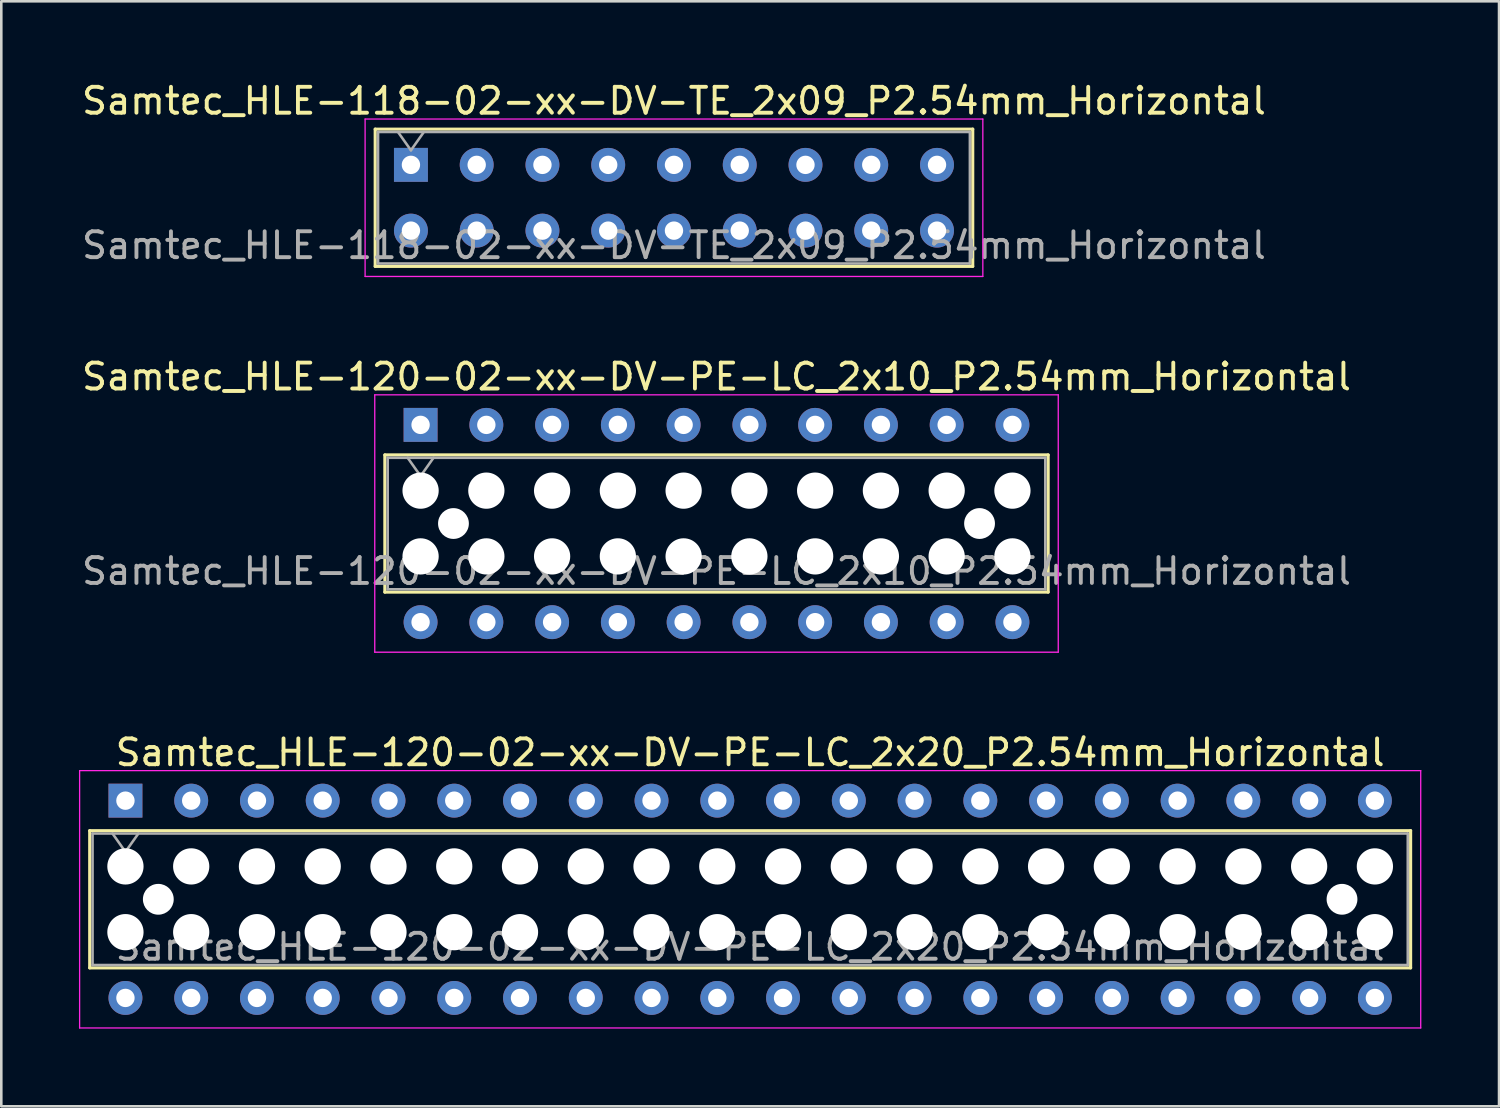
<source format=kicad_pcb>
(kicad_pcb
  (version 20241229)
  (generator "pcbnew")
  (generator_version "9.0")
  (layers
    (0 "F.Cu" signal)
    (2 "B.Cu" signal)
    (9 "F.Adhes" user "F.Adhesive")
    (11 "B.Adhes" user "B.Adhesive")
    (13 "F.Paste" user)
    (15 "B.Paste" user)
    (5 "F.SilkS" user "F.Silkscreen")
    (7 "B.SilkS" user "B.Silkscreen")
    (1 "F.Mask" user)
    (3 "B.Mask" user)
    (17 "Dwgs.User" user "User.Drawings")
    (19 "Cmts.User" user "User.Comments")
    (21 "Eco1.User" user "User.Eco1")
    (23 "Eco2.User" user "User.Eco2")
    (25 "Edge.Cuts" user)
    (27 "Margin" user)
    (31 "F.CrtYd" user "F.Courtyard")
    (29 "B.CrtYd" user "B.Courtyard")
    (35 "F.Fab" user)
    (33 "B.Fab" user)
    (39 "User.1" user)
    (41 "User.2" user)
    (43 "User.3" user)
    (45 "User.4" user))
  (footprint "Samtec_HLE-120-02-xx-DV-PE-LC_2x10_P2.54mm_Horizontal"
    (layer "F.Cu")
    (at 13.195 13.361)
    (property "Reference" "Samtec_HLE-120-02-xx-DV-PE-LC_2x10_P2.54mm_Horizontal" (at 11.43 -1.86 0) (layer "F.SilkS") (effects (font (size 1 1) (thickness 0.15))))
    (attr through_hole)
    (fp_line (start -1.38 1.16) (end 24.24 1.16) (stroke (width 0.12) (type solid)) (layer "F.SilkS"))
    (fp_line (start -1.38 6.46) (end -1.38 1.16) (stroke (width 0.12) (type solid)) (layer "F.SilkS"))
    (fp_line (start 24.24 1.16) (end 24.24 6.46) (stroke (width 0.12) (type solid)) (layer "F.SilkS"))
    (fp_line (start 24.24 6.46) (end -1.38 6.46) (stroke (width 0.12) (type solid)) (layer "F.SilkS"))
    (fp_line (start -1.77 -1.16) (end 24.63 -1.16) (stroke (width 0.05) (type solid)) (layer "F.CrtYd"))
    (fp_line (start -1.77 8.78) (end -1.77 -1.16) (stroke (width 0.05) (type solid)) (layer "F.CrtYd"))
    (fp_line (start 24.63 -1.16) (end 24.63 8.78) (stroke (width 0.05) (type solid)) (layer "F.CrtYd"))
    (fp_line (start 24.63 8.78) (end -1.77 8.78) (stroke (width 0.05) (type solid)) (layer "F.CrtYd"))
    (fp_line (start -1.27 1.27) (end 24.13 1.27) (stroke (width 0.1) (type solid)) (layer "F.Fab"))
    (fp_line (start -1.27 6.35) (end -1.27 1.27) (stroke (width 0.1) (type solid)) (layer "F.Fab"))
    (fp_line (start -0.5 1.27) (end 0 1.977) (stroke (width 0.1) (type solid)) (layer "F.Fab"))
    (fp_line (start 0 1.977) (end 0.5 1.27) (stroke (width 0.1) (type solid)) (layer "F.Fab"))
    (fp_line (start 24.13 1.27) (end 24.13 6.35) (stroke (width 0.1) (type solid)) (layer "F.Fab"))
    (fp_line (start 24.13 6.35) (end -1.27 6.35) (stroke (width 0.1) (type solid)) (layer "F.Fab"))
    (fp_text user "${REFERENCE}" (at 11.43 5.65 0) (layer "F.Fab") (effects (font (size 1 1) (thickness 0.15))))
    (pad "" np_thru_hole circle (at 0 2.54) (size 1.4 1.4) (drill 1.4) (layers "*.Cu" "*.Mask"))
    (pad "" np_thru_hole circle (at 0 5.08) (size 1.4 1.4) (drill 1.4) (layers "*.Cu" "*.Mask"))
    (pad "" np_thru_hole circle (at 1.27 3.81) (size 1.19 1.19) (drill 1.19) (layers "*.Cu" "*.Mask"))
    (pad "" np_thru_hole circle (at 2.54 2.54) (size 1.4 1.4) (drill 1.4) (layers "*.Cu" "*.Mask"))
    (pad "" np_thru_hole circle (at 2.54 5.08) (size 1.4 1.4) (drill 1.4) (layers "*.Cu" "*.Mask"))
    (pad "" np_thru_hole circle (at 5.08 2.54) (size 1.4 1.4) (drill 1.4) (layers "*.Cu" "*.Mask"))
    (pad "" np_thru_hole circle (at 5.08 5.08) (size 1.4 1.4) (drill 1.4) (layers "*.Cu" "*.Mask"))
    (pad "" np_thru_hole circle (at 7.62 2.54) (size 1.4 1.4) (drill 1.4) (layers "*.Cu" "*.Mask"))
    (pad "" np_thru_hole circle (at 7.62 5.08) (size 1.4 1.4) (drill 1.4) (layers "*.Cu" "*.Mask"))
    (pad "" np_thru_hole circle (at 10.16 2.54) (size 1.4 1.4) (drill 1.4) (layers "*.Cu" "*.Mask"))
    (pad "" np_thru_hole circle (at 10.16 5.08) (size 1.4 1.4) (drill 1.4) (layers "*.Cu" "*.Mask"))
    (pad "" np_thru_hole circle (at 12.7 2.54) (size 1.4 1.4) (drill 1.4) (layers "*.Cu" "*.Mask"))
    (pad "" np_thru_hole circle (at 12.7 5.08) (size 1.4 1.4) (drill 1.4) (layers "*.Cu" "*.Mask"))
    (pad "" np_thru_hole circle (at 15.24 2.54) (size 1.4 1.4) (drill 1.4) (layers "*.Cu" "*.Mask"))
    (pad "" np_thru_hole circle (at 15.24 5.08) (size 1.4 1.4) (drill 1.4) (layers "*.Cu" "*.Mask"))
    (pad "" np_thru_hole circle (at 17.78 2.54) (size 1.4 1.4) (drill 1.4) (layers "*.Cu" "*.Mask"))
    (pad "" np_thru_hole circle (at 17.78 5.08) (size 1.4 1.4) (drill 1.4) (layers "*.Cu" "*.Mask"))
    (pad "" np_thru_hole circle (at 20.32 2.54) (size 1.4 1.4) (drill 1.4) (layers "*.Cu" "*.Mask"))
    (pad "" np_thru_hole circle (at 20.32 5.08) (size 1.4 1.4) (drill 1.4) (layers "*.Cu" "*.Mask"))
    (pad "" np_thru_hole circle (at 21.59 3.81) (size 1.19 1.19) (drill 1.19) (layers "*.Cu" "*.Mask"))
    (pad "" np_thru_hole circle (at 22.86 2.54) (size 1.4 1.4) (drill 1.4) (layers "*.Cu" "*.Mask"))
    (pad "" np_thru_hole circle (at 22.86 5.08) (size 1.4 1.4) (drill 1.4) (layers "*.Cu" "*.Mask"))
    (pad "1" thru_hole rect (at 0 0) (size 1.31 1.31) (drill 0.71) (layers "*.Cu" "*.Mask"))
    (pad "2" thru_hole circle (at 0 7.62) (size 1.31 1.31) (drill 0.71) (layers "*.Cu" "*.Mask"))
    (pad "3" thru_hole circle (at 2.54 0) (size 1.31 1.31) (drill 0.71) (layers "*.Cu" "*.Mask"))
    (pad "4" thru_hole circle (at 2.54 7.62) (size 1.31 1.31) (drill 0.71) (layers "*.Cu" "*.Mask"))
    (pad "5" thru_hole circle (at 5.08 0) (size 1.31 1.31) (drill 0.71) (layers "*.Cu" "*.Mask"))
    (pad "6" thru_hole circle (at 5.08 7.62) (size 1.31 1.31) (drill 0.71) (layers "*.Cu" "*.Mask"))
    (pad "7" thru_hole circle (at 7.62 0) (size 1.31 1.31) (drill 0.71) (layers "*.Cu" "*.Mask"))
    (pad "8" thru_hole circle (at 7.62 7.62) (size 1.31 1.31) (drill 0.71) (layers "*.Cu" "*.Mask"))
    (pad "9" thru_hole circle (at 10.16 0) (size 1.31 1.31) (drill 0.71) (layers "*.Cu" "*.Mask"))
    (pad "10" thru_hole circle (at 10.16 7.62) (size 1.31 1.31) (drill 0.71) (layers "*.Cu" "*.Mask"))
    (pad "11" thru_hole circle (at 12.7 0) (size 1.31 1.31) (drill 0.71) (layers "*.Cu" "*.Mask"))
    (pad "12" thru_hole circle (at 12.7 7.62) (size 1.31 1.31) (drill 0.71) (layers "*.Cu" "*.Mask"))
    (pad "13" thru_hole circle (at 15.24 0) (size 1.31 1.31) (drill 0.71) (layers "*.Cu" "*.Mask"))
    (pad "14" thru_hole circle (at 15.24 7.62) (size 1.31 1.31) (drill 0.71) (layers "*.Cu" "*.Mask"))
    (pad "15" thru_hole circle (at 17.78 0) (size 1.31 1.31) (drill 0.71) (layers "*.Cu" "*.Mask"))
    (pad "16" thru_hole circle (at 17.78 7.62) (size 1.31 1.31) (drill 0.71) (layers "*.Cu" "*.Mask"))
    (pad "17" thru_hole circle (at 20.32 0) (size 1.31 1.31) (drill 0.71) (layers "*.Cu" "*.Mask"))
    (pad "18" thru_hole circle (at 20.32 7.62) (size 1.31 1.31) (drill 0.71) (layers "*.Cu" "*.Mask"))
    (pad "19" thru_hole circle (at 22.86 0) (size 1.31 1.31) (drill 0.71) (layers "*.Cu" "*.Mask"))
    (pad "20" thru_hole circle (at 22.86 7.62) (size 1.31 1.31) (drill 0.71) (layers "*.Cu" "*.Mask")))
  (footprint "Samtec_HLE-118-02-xx-DV-TE_2x09_P2.54mm_Horizontal"
    (layer "F.Cu")
    (at 12.822 3.318)
    (property "Reference" "Samtec_HLE-118-02-xx-DV-TE_2x09_P2.54mm_Horizontal" (at 10.16 -2.47 0) (layer "F.SilkS") (effects (font (size 1 1) (thickness 0.15))))
    (attr through_hole)
    (fp_line (start -1.38 -1.38) (end 21.7 -1.38) (stroke (width 0.12) (type solid)) (layer "F.SilkS"))
    (fp_line (start -1.38 3.92) (end -1.38 -1.38) (stroke (width 0.12) (type solid)) (layer "F.SilkS"))
    (fp_line (start 21.7 -1.38) (end 21.7 3.92) (stroke (width 0.12) (type solid)) (layer "F.SilkS"))
    (fp_line (start 21.7 3.92) (end -1.38 3.92) (stroke (width 0.12) (type solid)) (layer "F.SilkS"))
    (fp_line (start -1.77 -1.77) (end 22.09 -1.77) (stroke (width 0.05) (type solid)) (layer "F.CrtYd"))
    (fp_line (start -1.77 4.31) (end -1.77 -1.77) (stroke (width 0.05) (type solid)) (layer "F.CrtYd"))
    (fp_line (start 22.09 -1.77) (end 22.09 4.31) (stroke (width 0.05) (type solid)) (layer "F.CrtYd"))
    (fp_line (start 22.09 4.31) (end -1.77 4.31) (stroke (width 0.05) (type solid)) (layer "F.CrtYd"))
    (fp_line (start -1.27 -1.27) (end 21.59 -1.27) (stroke (width 0.1) (type solid)) (layer "F.Fab"))
    (fp_line (start -1.27 3.81) (end -1.27 -1.27) (stroke (width 0.1) (type solid)) (layer "F.Fab"))
    (fp_line (start -0.5 -1.27) (end 0 -0.563) (stroke (width 0.1) (type solid)) (layer "F.Fab"))
    (fp_line (start 0 -0.563) (end 0.5 -1.27) (stroke (width 0.1) (type solid)) (layer "F.Fab"))
    (fp_line (start 21.59 -1.27) (end 21.59 3.81) (stroke (width 0.1) (type solid)) (layer "F.Fab"))
    (fp_line (start 21.59 3.81) (end -1.27 3.81) (stroke (width 0.1) (type solid)) (layer "F.Fab"))
    (fp_text user "${REFERENCE}" (at 10.16 3.11 0) (layer "F.Fab") (effects (font (size 1 1) (thickness 0.15))))
    (pad "1" thru_hole rect (at 0 0) (size 1.31 1.31) (drill 0.71) (layers "*.Cu" "*.Mask"))
    (pad "2" thru_hole circle (at 0 2.54) (size 1.31 1.31) (drill 0.71) (layers "*.Cu" "*.Mask"))
    (pad "3" thru_hole circle (at 2.54 0) (size 1.31 1.31) (drill 0.71) (layers "*.Cu" "*.Mask"))
    (pad "4" thru_hole circle (at 2.54 2.54) (size 1.31 1.31) (drill 0.71) (layers "*.Cu" "*.Mask"))
    (pad "5" thru_hole circle (at 5.08 0) (size 1.31 1.31) (drill 0.71) (layers "*.Cu" "*.Mask"))
    (pad "6" thru_hole circle (at 5.08 2.54) (size 1.31 1.31) (drill 0.71) (layers "*.Cu" "*.Mask"))
    (pad "7" thru_hole circle (at 7.62 0) (size 1.31 1.31) (drill 0.71) (layers "*.Cu" "*.Mask"))
    (pad "8" thru_hole circle (at 7.62 2.54) (size 1.31 1.31) (drill 0.71) (layers "*.Cu" "*.Mask"))
    (pad "9" thru_hole circle (at 10.16 0) (size 1.31 1.31) (drill 0.71) (layers "*.Cu" "*.Mask"))
    (pad "10" thru_hole circle (at 10.16 2.54) (size 1.31 1.31) (drill 0.71) (layers "*.Cu" "*.Mask"))
    (pad "11" thru_hole circle (at 12.7 0) (size 1.31 1.31) (drill 0.71) (layers "*.Cu" "*.Mask"))
    (pad "12" thru_hole circle (at 12.7 2.54) (size 1.31 1.31) (drill 0.71) (layers "*.Cu" "*.Mask"))
    (pad "13" thru_hole circle (at 15.24 0) (size 1.31 1.31) (drill 0.71) (layers "*.Cu" "*.Mask"))
    (pad "14" thru_hole circle (at 15.24 2.54) (size 1.31 1.31) (drill 0.71) (layers "*.Cu" "*.Mask"))
    (pad "15" thru_hole circle (at 17.78 0) (size 1.31 1.31) (drill 0.71) (layers "*.Cu" "*.Mask"))
    (pad "16" thru_hole circle (at 17.78 2.54) (size 1.31 1.31) (drill 0.71) (layers "*.Cu" "*.Mask"))
    (pad "17" thru_hole circle (at 20.32 0) (size 1.31 1.31) (drill 0.71) (layers "*.Cu" "*.Mask"))
    (pad "18" thru_hole circle (at 20.32 2.54) (size 1.31 1.31) (drill 0.71) (layers "*.Cu" "*.Mask")))
  (footprint "Samtec_HLE-120-02-xx-DV-PE-LC_2x20_P2.54mm_Horizontal"
    (layer "F.Cu")
    (at 1.795 27.875)
    (property "Reference" "Samtec_HLE-120-02-xx-DV-PE-LC_2x20_P2.54mm_Horizontal" (at 24.13 -1.86 0) (layer "F.SilkS") (effects (font (size 1 1) (thickness 0.15))))
    (attr through_hole)
    (fp_line (start -1.38 1.16) (end 49.64 1.16) (stroke (width 0.12) (type solid)) (layer "F.SilkS"))
    (fp_line (start -1.38 6.46) (end -1.38 1.16) (stroke (width 0.12) (type solid)) (layer "F.SilkS"))
    (fp_line (start 49.64 1.16) (end 49.64 6.46) (stroke (width 0.12) (type solid)) (layer "F.SilkS"))
    (fp_line (start 49.64 6.46) (end -1.38 6.46) (stroke (width 0.12) (type solid)) (layer "F.SilkS"))
    (fp_line (start -1.77 -1.16) (end 50.03 -1.16) (stroke (width 0.05) (type solid)) (layer "F.CrtYd"))
    (fp_line (start -1.77 8.78) (end -1.77 -1.16) (stroke (width 0.05) (type solid)) (layer "F.CrtYd"))
    (fp_line (start 50.03 -1.16) (end 50.03 8.78) (stroke (width 0.05) (type solid)) (layer "F.CrtYd"))
    (fp_line (start 50.03 8.78) (end -1.77 8.78) (stroke (width 0.05) (type solid)) (layer "F.CrtYd"))
    (fp_line (start -1.27 1.27) (end 49.53 1.27) (stroke (width 0.1) (type solid)) (layer "F.Fab"))
    (fp_line (start -1.27 6.35) (end -1.27 1.27) (stroke (width 0.1) (type solid)) (layer "F.Fab"))
    (fp_line (start -0.5 1.27) (end 0 1.977) (stroke (width 0.1) (type solid)) (layer "F.Fab"))
    (fp_line (start 0 1.977) (end 0.5 1.27) (stroke (width 0.1) (type solid)) (layer "F.Fab"))
    (fp_line (start 49.53 1.27) (end 49.53 6.35) (stroke (width 0.1) (type solid)) (layer "F.Fab"))
    (fp_line (start 49.53 6.35) (end -1.27 6.35) (stroke (width 0.1) (type solid)) (layer "F.Fab"))
    (fp_text user "${REFERENCE}" (at 24.13 5.65 0) (layer "F.Fab") (effects (font (size 1 1) (thickness 0.15))))
    (pad "" np_thru_hole circle (at 0 2.54) (size 1.4 1.4) (drill 1.4) (layers "*.Cu" "*.Mask"))
    (pad "" np_thru_hole circle (at 0 5.08) (size 1.4 1.4) (drill 1.4) (layers "*.Cu" "*.Mask"))
    (pad "" np_thru_hole circle (at 1.27 3.81) (size 1.19 1.19) (drill 1.19) (layers "*.Cu" "*.Mask"))
    (pad "" np_thru_hole circle (at 2.54 2.54) (size 1.4 1.4) (drill 1.4) (layers "*.Cu" "*.Mask"))
    (pad "" np_thru_hole circle (at 2.54 5.08) (size 1.4 1.4) (drill 1.4) (layers "*.Cu" "*.Mask"))
    (pad "" np_thru_hole circle (at 5.08 2.54) (size 1.4 1.4) (drill 1.4) (layers "*.Cu" "*.Mask"))
    (pad "" np_thru_hole circle (at 5.08 5.08) (size 1.4 1.4) (drill 1.4) (layers "*.Cu" "*.Mask"))
    (pad "" np_thru_hole circle (at 7.62 2.54) (size 1.4 1.4) (drill 1.4) (layers "*.Cu" "*.Mask"))
    (pad "" np_thru_hole circle (at 7.62 5.08) (size 1.4 1.4) (drill 1.4) (layers "*.Cu" "*.Mask"))
    (pad "" np_thru_hole circle (at 10.16 2.54) (size 1.4 1.4) (drill 1.4) (layers "*.Cu" "*.Mask"))
    (pad "" np_thru_hole circle (at 10.16 5.08) (size 1.4 1.4) (drill 1.4) (layers "*.Cu" "*.Mask"))
    (pad "" np_thru_hole circle (at 12.7 2.54) (size 1.4 1.4) (drill 1.4) (layers "*.Cu" "*.Mask"))
    (pad "" np_thru_hole circle (at 12.7 5.08) (size 1.4 1.4) (drill 1.4) (layers "*.Cu" "*.Mask"))
    (pad "" np_thru_hole circle (at 15.24 2.54) (size 1.4 1.4) (drill 1.4) (layers "*.Cu" "*.Mask"))
    (pad "" np_thru_hole circle (at 15.24 5.08) (size 1.4 1.4) (drill 1.4) (layers "*.Cu" "*.Mask"))
    (pad "" np_thru_hole circle (at 17.78 2.54) (size 1.4 1.4) (drill 1.4) (layers "*.Cu" "*.Mask"))
    (pad "" np_thru_hole circle (at 17.78 5.08) (size 1.4 1.4) (drill 1.4) (layers "*.Cu" "*.Mask"))
    (pad "" np_thru_hole circle (at 20.32 2.54) (size 1.4 1.4) (drill 1.4) (layers "*.Cu" "*.Mask"))
    (pad "" np_thru_hole circle (at 20.32 5.08) (size 1.4 1.4) (drill 1.4) (layers "*.Cu" "*.Mask"))
    (pad "" np_thru_hole circle (at 22.86 2.54) (size 1.4 1.4) (drill 1.4) (layers "*.Cu" "*.Mask"))
    (pad "" np_thru_hole circle (at 22.86 5.08) (size 1.4 1.4) (drill 1.4) (layers "*.Cu" "*.Mask"))
    (pad "" np_thru_hole circle (at 25.4 2.54) (size 1.4 1.4) (drill 1.4) (layers "*.Cu" "*.Mask"))
    (pad "" np_thru_hole circle (at 25.4 5.08) (size 1.4 1.4) (drill 1.4) (layers "*.Cu" "*.Mask"))
    (pad "" np_thru_hole circle (at 27.94 2.54) (size 1.4 1.4) (drill 1.4) (layers "*.Cu" "*.Mask"))
    (pad "" np_thru_hole circle (at 27.94 5.08) (size 1.4 1.4) (drill 1.4) (layers "*.Cu" "*.Mask"))
    (pad "" np_thru_hole circle (at 30.48 2.54) (size 1.4 1.4) (drill 1.4) (layers "*.Cu" "*.Mask"))
    (pad "" np_thru_hole circle (at 30.48 5.08) (size 1.4 1.4) (drill 1.4) (layers "*.Cu" "*.Mask"))
    (pad "" np_thru_hole circle (at 33.02 2.54) (size 1.4 1.4) (drill 1.4) (layers "*.Cu" "*.Mask"))
    (pad "" np_thru_hole circle (at 33.02 5.08) (size 1.4 1.4) (drill 1.4) (layers "*.Cu" "*.Mask"))
    (pad "" np_thru_hole circle (at 35.56 2.54) (size 1.4 1.4) (drill 1.4) (layers "*.Cu" "*.Mask"))
    (pad "" np_thru_hole circle (at 35.56 5.08) (size 1.4 1.4) (drill 1.4) (layers "*.Cu" "*.Mask"))
    (pad "" np_thru_hole circle (at 38.1 2.54) (size 1.4 1.4) (drill 1.4) (layers "*.Cu" "*.Mask"))
    (pad "" np_thru_hole circle (at 38.1 5.08) (size 1.4 1.4) (drill 1.4) (layers "*.Cu" "*.Mask"))
    (pad "" np_thru_hole circle (at 40.64 2.54) (size 1.4 1.4) (drill 1.4) (layers "*.Cu" "*.Mask"))
    (pad "" np_thru_hole circle (at 40.64 5.08) (size 1.4 1.4) (drill 1.4) (layers "*.Cu" "*.Mask"))
    (pad "" np_thru_hole circle (at 43.18 2.54) (size 1.4 1.4) (drill 1.4) (layers "*.Cu" "*.Mask"))
    (pad "" np_thru_hole circle (at 43.18 5.08) (size 1.4 1.4) (drill 1.4) (layers "*.Cu" "*.Mask"))
    (pad "" np_thru_hole circle (at 45.72 2.54) (size 1.4 1.4) (drill 1.4) (layers "*.Cu" "*.Mask"))
    (pad "" np_thru_hole circle (at 45.72 5.08) (size 1.4 1.4) (drill 1.4) (layers "*.Cu" "*.Mask"))
    (pad "" np_thru_hole circle (at 46.99 3.81) (size 1.19 1.19) (drill 1.19) (layers "*.Cu" "*.Mask"))
    (pad "" np_thru_hole circle (at 48.26 2.54) (size 1.4 1.4) (drill 1.4) (layers "*.Cu" "*.Mask"))
    (pad "" np_thru_hole circle (at 48.26 5.08) (size 1.4 1.4) (drill 1.4) (layers "*.Cu" "*.Mask"))
    (pad "1" thru_hole rect (at 0 0) (size 1.31 1.31) (drill 0.71) (layers "*.Cu" "*.Mask"))
    (pad "2" thru_hole circle (at 0 7.62) (size 1.31 1.31) (drill 0.71) (layers "*.Cu" "*.Mask"))
    (pad "3" thru_hole circle (at 2.54 0) (size 1.31 1.31) (drill 0.71) (layers "*.Cu" "*.Mask"))
    (pad "4" thru_hole circle (at 2.54 7.62) (size 1.31 1.31) (drill 0.71) (layers "*.Cu" "*.Mask"))
    (pad "5" thru_hole circle (at 5.08 0) (size 1.31 1.31) (drill 0.71) (layers "*.Cu" "*.Mask"))
    (pad "6" thru_hole circle (at 5.08 7.62) (size 1.31 1.31) (drill 0.71) (layers "*.Cu" "*.Mask"))
    (pad "7" thru_hole circle (at 7.62 0) (size 1.31 1.31) (drill 0.71) (layers "*.Cu" "*.Mask"))
    (pad "8" thru_hole circle (at 7.62 7.62) (size 1.31 1.31) (drill 0.71) (layers "*.Cu" "*.Mask"))
    (pad "9" thru_hole circle (at 10.16 0) (size 1.31 1.31) (drill 0.71) (layers "*.Cu" "*.Mask"))
    (pad "10" thru_hole circle (at 10.16 7.62) (size 1.31 1.31) (drill 0.71) (layers "*.Cu" "*.Mask"))
    (pad "11" thru_hole circle (at 12.7 0) (size 1.31 1.31) (drill 0.71) (layers "*.Cu" "*.Mask"))
    (pad "12" thru_hole circle (at 12.7 7.62) (size 1.31 1.31) (drill 0.71) (layers "*.Cu" "*.Mask"))
    (pad "13" thru_hole circle (at 15.24 0) (size 1.31 1.31) (drill 0.71) (layers "*.Cu" "*.Mask"))
    (pad "14" thru_hole circle (at 15.24 7.62) (size 1.31 1.31) (drill 0.71) (layers "*.Cu" "*.Mask"))
    (pad "15" thru_hole circle (at 17.78 0) (size 1.31 1.31) (drill 0.71) (layers "*.Cu" "*.Mask"))
    (pad "16" thru_hole circle (at 17.78 7.62) (size 1.31 1.31) (drill 0.71) (layers "*.Cu" "*.Mask"))
    (pad "17" thru_hole circle (at 20.32 0) (size 1.31 1.31) (drill 0.71) (layers "*.Cu" "*.Mask"))
    (pad "18" thru_hole circle (at 20.32 7.62) (size 1.31 1.31) (drill 0.71) (layers "*.Cu" "*.Mask"))
    (pad "19" thru_hole circle (at 22.86 0) (size 1.31 1.31) (drill 0.71) (layers "*.Cu" "*.Mask"))
    (pad "20" thru_hole circle (at 22.86 7.62) (size 1.31 1.31) (drill 0.71) (layers "*.Cu" "*.Mask"))
    (pad "21" thru_hole circle (at 25.4 0) (size 1.31 1.31) (drill 0.71) (layers "*.Cu" "*.Mask"))
    (pad "22" thru_hole circle (at 25.4 7.62) (size 1.31 1.31) (drill 0.71) (layers "*.Cu" "*.Mask"))
    (pad "23" thru_hole circle (at 27.94 0) (size 1.31 1.31) (drill 0.71) (layers "*.Cu" "*.Mask"))
    (pad "24" thru_hole circle (at 27.94 7.62) (size 1.31 1.31) (drill 0.71) (layers "*.Cu" "*.Mask"))
    (pad "25" thru_hole circle (at 30.48 0) (size 1.31 1.31) (drill 0.71) (layers "*.Cu" "*.Mask"))
    (pad "26" thru_hole circle (at 30.48 7.62) (size 1.31 1.31) (drill 0.71) (layers "*.Cu" "*.Mask"))
    (pad "27" thru_hole circle (at 33.02 0) (size 1.31 1.31) (drill 0.71) (layers "*.Cu" "*.Mask"))
    (pad "28" thru_hole circle (at 33.02 7.62) (size 1.31 1.31) (drill 0.71) (layers "*.Cu" "*.Mask"))
    (pad "29" thru_hole circle (at 35.56 0) (size 1.31 1.31) (drill 0.71) (layers "*.Cu" "*.Mask"))
    (pad "30" thru_hole circle (at 35.56 7.62) (size 1.31 1.31) (drill 0.71) (layers "*.Cu" "*.Mask"))
    (pad "31" thru_hole circle (at 38.1 0) (size 1.31 1.31) (drill 0.71) (layers "*.Cu" "*.Mask"))
    (pad "32" thru_hole circle (at 38.1 7.62) (size 1.31 1.31) (drill 0.71) (layers "*.Cu" "*.Mask"))
    (pad "33" thru_hole circle (at 40.64 0) (size 1.31 1.31) (drill 0.71) (layers "*.Cu" "*.Mask"))
    (pad "34" thru_hole circle (at 40.64 7.62) (size 1.31 1.31) (drill 0.71) (layers "*.Cu" "*.Mask"))
    (pad "35" thru_hole circle (at 43.18 0) (size 1.31 1.31) (drill 0.71) (layers "*.Cu" "*.Mask"))
    (pad "36" thru_hole circle (at 43.18 7.62) (size 1.31 1.31) (drill 0.71) (layers "*.Cu" "*.Mask"))
    (pad "37" thru_hole circle (at 45.72 0) (size 1.31 1.31) (drill 0.71) (layers "*.Cu" "*.Mask"))
    (pad "38" thru_hole circle (at 45.72 7.62) (size 1.31 1.31) (drill 0.71) (layers "*.Cu" "*.Mask"))
    (pad "39" thru_hole circle (at 48.26 0) (size 1.31 1.31) (drill 0.71) (layers "*.Cu" "*.Mask"))
    (pad "40" thru_hole circle (at 48.26 7.62) (size 1.31 1.31) (drill 0.71) (layers "*.Cu" "*.Mask")))
  (gr_rect
    (start -3 -3)
    (end 54.85 39.68)
    (stroke (width 0.1) (type default))
    (fill no)
    (layer "Edge.Cuts")))
</source>
